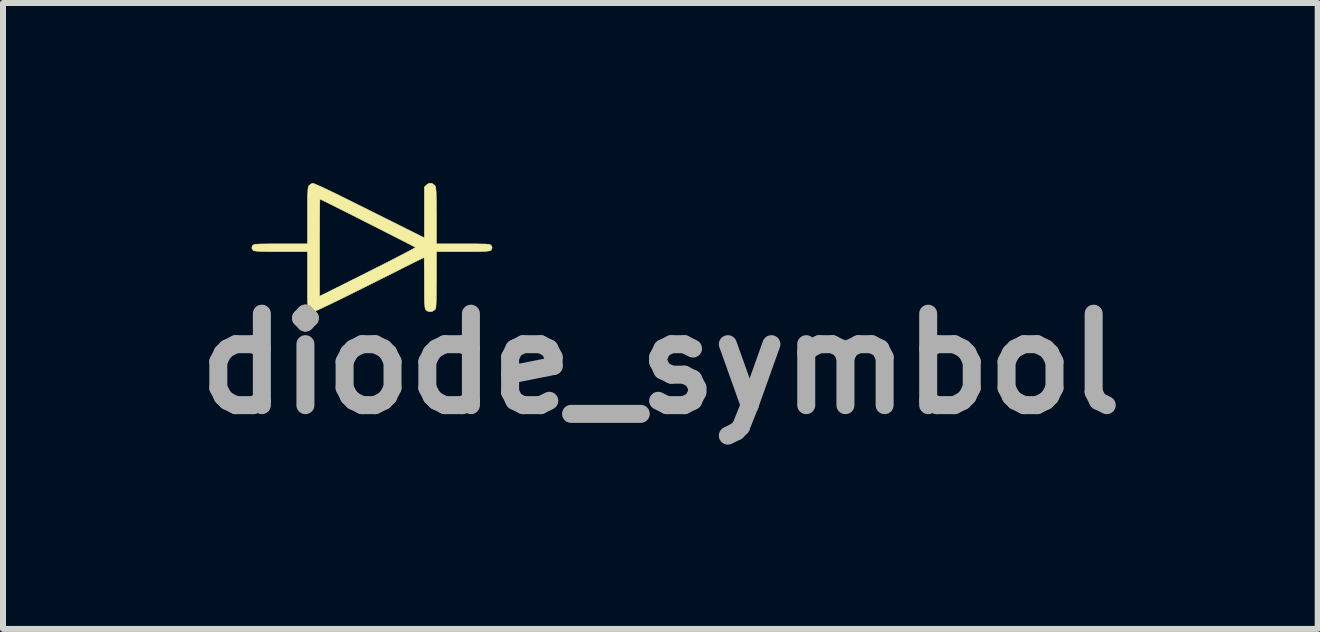
<source format=kicad_pcb>
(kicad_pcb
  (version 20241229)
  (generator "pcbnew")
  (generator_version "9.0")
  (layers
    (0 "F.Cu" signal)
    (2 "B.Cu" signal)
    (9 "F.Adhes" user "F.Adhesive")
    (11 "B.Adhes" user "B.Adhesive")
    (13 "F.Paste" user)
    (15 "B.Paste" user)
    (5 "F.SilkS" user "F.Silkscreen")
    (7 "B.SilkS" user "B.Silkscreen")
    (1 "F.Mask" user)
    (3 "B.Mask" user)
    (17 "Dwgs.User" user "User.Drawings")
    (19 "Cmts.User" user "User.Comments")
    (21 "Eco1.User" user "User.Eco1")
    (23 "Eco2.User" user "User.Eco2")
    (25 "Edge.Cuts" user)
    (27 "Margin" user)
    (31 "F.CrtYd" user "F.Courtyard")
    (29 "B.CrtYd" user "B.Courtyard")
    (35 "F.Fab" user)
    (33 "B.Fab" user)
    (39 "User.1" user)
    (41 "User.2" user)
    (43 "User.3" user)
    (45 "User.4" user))
  (footprint "diode_symbol"
    (layer "F.Cu")
    (at 3.134 1.042)
    (property "Reference" "diode_symbol" (at 4.82 1.97 0) (layer "F.Fab") (effects (font (size 1.524 1.524) (thickness 0.3))))
    (attr through_hole)
    (fp_poly (pts (xy 1.012 -1.036) (xy 1.054 -1.008) (xy 1.062 -1) (xy 1.069 -0.99) (xy 1.074 -0.975) (xy 1.078 -0.954) (xy 1.081 -0.921) (xy 1.084 -0.876) (xy 1.085 -0.814) (xy 1.086 -0.733) (xy 1.086 -0.63) (xy 1.087 -0.502) (xy 1.087 -0.028) (xy 1.53 -0.028) (xy 1.656 -0.028) (xy 1.756 -0.028) (xy 1.834 -0.026) (xy 1.893 -0.025) (xy 1.935 -0.022) (xy 1.964 -0.018) (xy 1.983 -0.014) (xy 1.994 -0.008) (xy 1.996 -0.006) (xy 2.016 0.028) (xy 2.008 0.061) (xy 1.996 0.077) (xy 1.986 0.083) (xy 1.97 0.088) (xy 1.945 0.092) (xy 1.906 0.095) (xy 1.852 0.097) (xy 1.78 0.098) (xy 1.686 0.099) (xy 1.568 0.099) (xy 1.53 0.099) (xy 1.087 0.099) (xy 1.087 0.572) (xy 1.086 0.7) (xy 1.086 0.803) (xy 1.085 0.883) (xy 1.084 0.945) (xy 1.082 0.99) (xy 1.079 1.022) (xy 1.075 1.043) (xy 1.07 1.057) (xy 1.063 1.067) (xy 1.058 1.072) (xy 1.019 1.096) (xy 0.973 1.101) (xy 0.932 1.088) (xy 0.911 1.069) (xy 0.905 1.057) (xy 0.899 1.037) (xy 0.896 1.007) (xy 0.893 0.964) (xy 0.891 0.904) (xy 0.89 0.826) (xy 0.889 0.724) (xy 0.889 0.618) (xy 0.889 0.512) (xy 0.888 0.416) (xy 0.887 0.333) (xy 0.886 0.267) (xy 0.885 0.222) (xy 0.883 0.199) (xy 0.883 0.198) (xy 0.869 0.204) (xy 0.833 0.222) (xy 0.775 0.25) (xy 0.698 0.288) (xy 0.604 0.335) (xy 0.495 0.39) (xy 0.373 0.451) (xy 0.24 0.518) (xy 0.097 0.589) (xy -0.022 0.649) (xy -0.202 0.739) (xy -0.365 0.82) (xy -0.511 0.892) (xy -0.638 0.954) (xy -0.747 1.006) (xy -0.834 1.048) (xy -0.9 1.077) (xy -0.943 1.095) (xy -0.961 1.101) (xy -1.002 1.091) (xy -1.03 1.072) (xy -1.038 1.064) (xy -1.044 1.052) (xy -1.049 1.036) (xy -1.052 1.01) (xy -1.055 0.974) (xy -1.057 0.923) (xy -1.058 0.854) (xy -1.058 0.765) (xy -1.058 0.652) (xy -1.058 0.572) (xy -1.058 0.099) (xy -1.502 0.099) (xy -1.628 0.099) (xy -1.728 0.098) (xy -1.806 0.097) (xy -1.865 0.095) (xy -1.907 0.093) (xy -1.936 0.089) (xy -1.955 0.084) (xy -1.965 0.078) (xy -1.967 0.077) (xy -1.988 0.043) (xy -1.986 0.035) (xy -0.861 0.035) (xy -0.861 0.847) (xy -0.055 0.444) (xy 0.085 0.373) (xy 0.217 0.307) (xy 0.339 0.245) (xy 0.448 0.188) (xy 0.543 0.139) (xy 0.622 0.097) (xy 0.682 0.065) (xy 0.722 0.042) (xy 0.739 0.03) (xy 0.739 0.029) (xy 0.725 0.021) (xy 0.688 0.002) (xy 0.631 -0.028) (xy 0.557 -0.066) (xy 0.468 -0.111) (xy 0.368 -0.162) (xy 0.257 -0.218) (xy 0.14 -0.278) (xy 0.019 -0.339) (xy -0.104 -0.401) (xy -0.226 -0.463) (xy -0.344 -0.523) (xy -0.456 -0.579) (xy -0.559 -0.631) (xy -0.651 -0.677) (xy -0.729 -0.716) (xy -0.79 -0.746) (xy -0.832 -0.766) (xy -0.852 -0.776) (xy -0.853 -0.776) (xy -0.854 -0.762) (xy -0.856 -0.723) (xy -0.857 -0.66) (xy -0.858 -0.577) (xy -0.859 -0.475) (xy -0.86 -0.358) (xy -0.86 -0.227) (xy -0.861 -0.086) (xy -0.861 0.035) (xy -1.986 0.035) (xy -1.98 0.009) (xy -1.967 -0.006) (xy -1.958 -0.012) (xy -1.942 -0.017) (xy -1.916 -0.021) (xy -1.878 -0.024) (xy -1.824 -0.026) (xy -1.752 -0.027) (xy -1.658 -0.028) (xy -1.539 -0.028) (xy -1.502 -0.028) (xy -1.058 -0.028) (xy -1.058 -0.499) (xy -1.058 -0.628) (xy -1.058 -0.732) (xy -1.057 -0.813) (xy -1.055 -0.875) (xy -1.053 -0.921) (xy -1.05 -0.953) (xy -1.046 -0.975) (xy -1.041 -0.989) (xy -1.034 -0.999) (xy -1.034 -0.999) (xy -1.003 -1.025) (xy -0.979 -1.036) (xy -0.965 -1.035) (xy -0.937 -1.025) (xy -0.893 -1.006) (xy -0.831 -0.979) (xy -0.752 -0.942) (xy -0.654 -0.895) (xy -0.535 -0.837) (xy -0.394 -0.767) (xy -0.231 -0.686) (xy -0.044 -0.593) (xy -0.03 -0.586) (xy 0.889 -0.127) (xy 0.889 -0.975) (xy 0.925 -1.011) (xy 0.967 -1.037) (xy 1.012 -1.036)) (stroke (width 0.01) (type solid)) (fill yes) (layer "F.SilkS")))
  (gr_rect
    (start -3 -3)
    (end 18.908 7.43)
    (stroke (width 0.1) (type default))
    (fill no)
    (layer "Edge.Cuts")))
</source>
